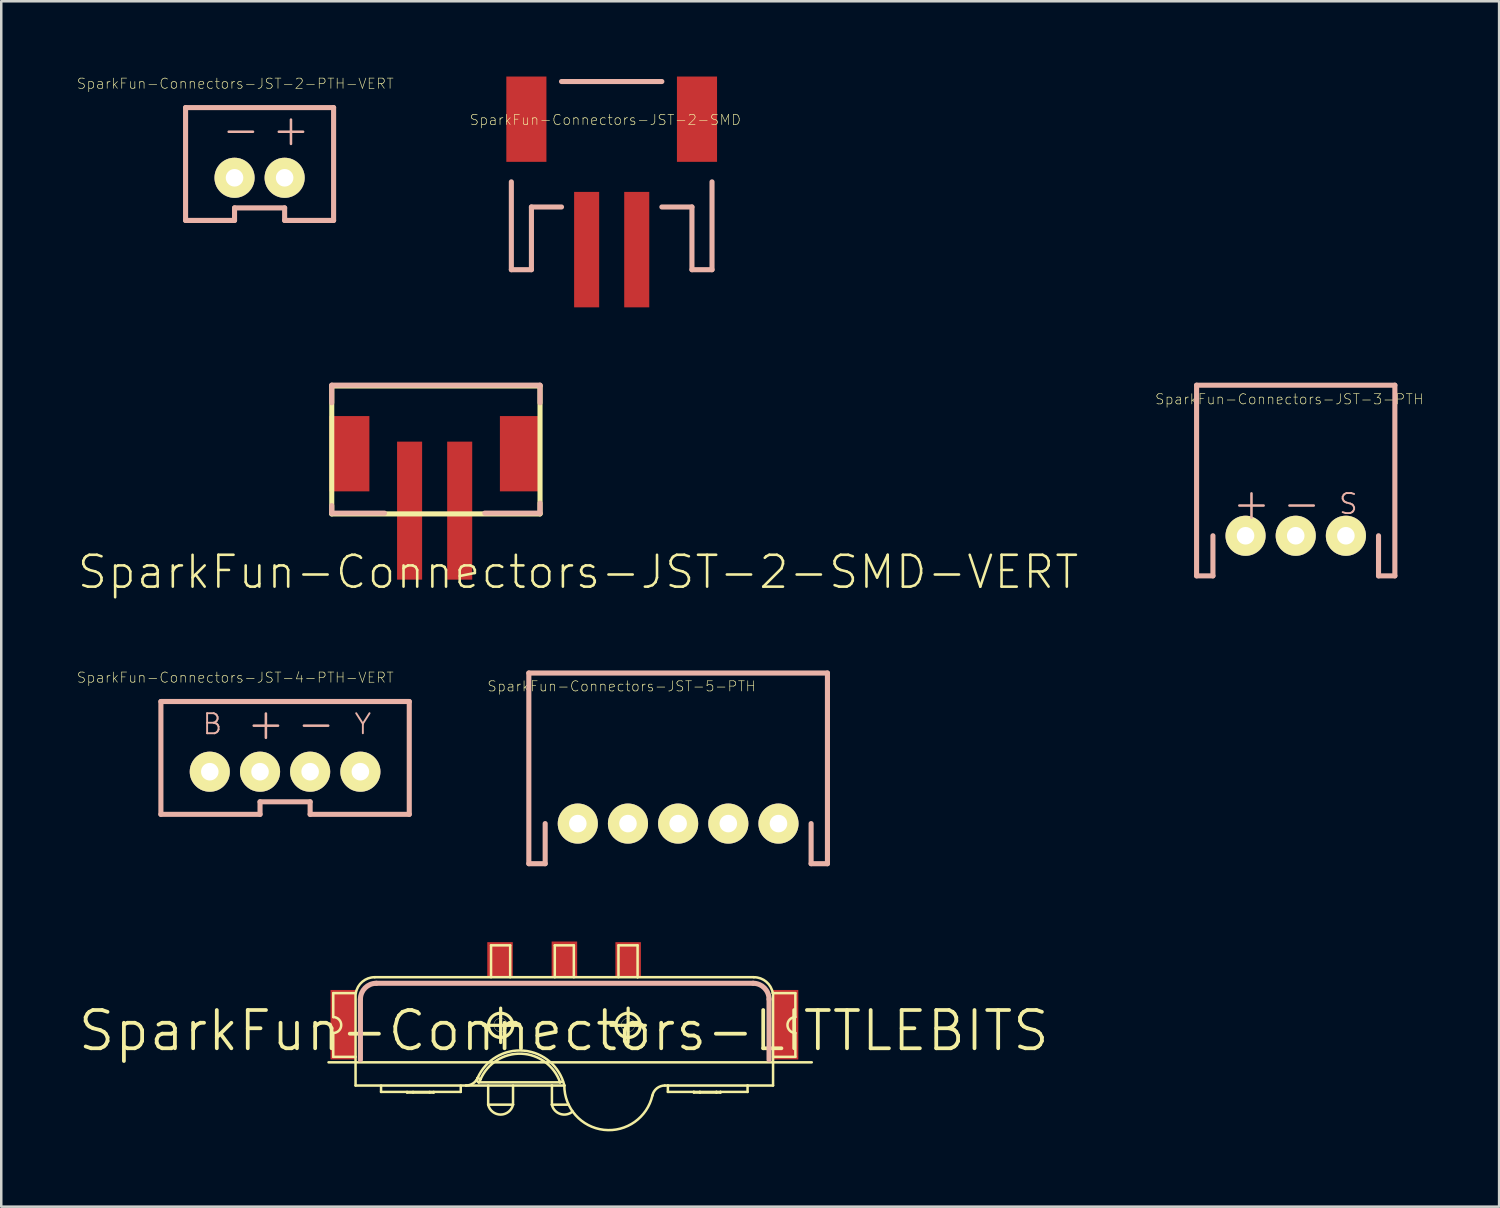
<source format=kicad_pcb>
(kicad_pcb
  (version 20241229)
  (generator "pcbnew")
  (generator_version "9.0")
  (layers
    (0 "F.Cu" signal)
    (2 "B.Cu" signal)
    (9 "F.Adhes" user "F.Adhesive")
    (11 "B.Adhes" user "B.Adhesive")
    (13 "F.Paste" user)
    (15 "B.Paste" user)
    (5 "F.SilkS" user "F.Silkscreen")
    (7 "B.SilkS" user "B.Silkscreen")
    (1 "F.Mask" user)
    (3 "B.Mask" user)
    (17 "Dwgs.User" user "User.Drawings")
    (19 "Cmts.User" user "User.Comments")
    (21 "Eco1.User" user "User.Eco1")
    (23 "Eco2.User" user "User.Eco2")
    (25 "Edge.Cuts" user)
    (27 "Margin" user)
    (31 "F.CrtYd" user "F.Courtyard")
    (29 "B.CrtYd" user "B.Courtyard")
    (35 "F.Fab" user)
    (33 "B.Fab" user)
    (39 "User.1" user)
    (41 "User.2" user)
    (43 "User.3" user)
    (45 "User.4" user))
  (footprint "SparkFun-Connectors-JST-2-SMD-VERT"
    (layer "F.Cu")
    (at 14.268 15.297)
    (property "Reference" "SparkFun-Connectors-JST-2-SMD-VERT" (at 5.715 4.445 0) (layer "F.SilkS") (effects (font (size 1.27 1.27) (thickness 0.102))))
    (attr smd)
    (fp_line (start -4.1 -2.969) (end 4.199 -2.969) (stroke (width 0.203) (type solid)) (layer "F.SilkS"))
    (fp_line (start -4.1 2.129) (end -4.1 -2.969) (stroke (width 0.203) (type solid)) (layer "F.SilkS"))
    (fp_line (start 4.199 -2.969) (end 4.199 2.129) (stroke (width 0.203) (type solid)) (layer "F.SilkS"))
    (fp_line (start 4.199 2.129) (end -4.1 2.129) (stroke (width 0.203) (type solid)) (layer "F.SilkS"))
    (fp_line (start -4.1 -3) (end -4.1 -2.299) (stroke (width 0.203) (type solid)) (layer "B.SilkS"))
    (fp_line (start -4.1 -3) (end 4.199 -3) (stroke (width 0.203) (type solid)) (layer "B.SilkS"))
    (fp_line (start -4.1 2.098) (end -4.1 1.798) (stroke (width 0.203) (type solid)) (layer "B.SilkS"))
    (fp_line (start -1.999 2.098) (end -4.1 2.098) (stroke (width 0.203) (type solid)) (layer "B.SilkS"))
    (fp_line (start 1.999 2.098) (end 4.199 2.098) (stroke (width 0.203) (type solid)) (layer "B.SilkS"))
    (fp_line (start 4.199 -3) (end 4.199 -2.299) (stroke (width 0.203) (type solid)) (layer "B.SilkS"))
    (fp_line (start 4.199 2.098) (end 4.199 1.699) (stroke (width 0.203) (type solid)) (layer "B.SilkS"))
    (pad "GND" smd rect (at 0.998 1.999) (size 0.998 5.499) (layers "F.Cu" "F.Mask" "F.Paste"))
    (pad "P$1" smd rect (at -3.399 -0.269 90) (size 3 1.598) (layers "F.Cu" "F.Mask" "F.Paste"))
    (pad "P$2" smd rect (at 3.399 -0.269 90) (size 3 1.598) (layers "F.Cu" "F.Mask" "F.Paste"))
    (pad "VCC" smd rect (at -0.998 1.999) (size 0.998 5.499) (layers "F.Cu" "F.Mask" "F.Paste")))
  (footprint "SparkFun-Connectors-JST-4-PTH-VERT"
    (layer "F.Cu")
    (at 8.309 27.149)
    (property "Reference" "SparkFun-Connectors-JST-4-PTH-VERT" (at -1.984 -3.203 0) (layer "F.SilkS") (effects (font (size 0.406 0.406) (thickness 0.025))))
    (attr exclude_from_pos_files exclude_from_bom)
    (fp_line (start -4.948 -2.248) (end 4.948 -2.248) (stroke (width 0.203) (type solid)) (layer "B.SilkS"))
    (fp_line (start -4.948 2.248) (end -4.948 -2.248) (stroke (width 0.203) (type solid)) (layer "B.SilkS"))
    (fp_line (start -0.998 1.748) (end -0.998 2.248) (stroke (width 0.203) (type solid)) (layer "B.SilkS"))
    (fp_line (start -0.998 1.748) (end 0.998 1.748) (stroke (width 0.203) (type solid)) (layer "B.SilkS"))
    (fp_line (start -0.998 2.248) (end -4.948 2.248) (stroke (width 0.203) (type solid)) (layer "B.SilkS"))
    (fp_line (start 0.998 1.748) (end 0.998 2.248) (stroke (width 0.203) (type solid)) (layer "B.SilkS"))
    (fp_line (start 4.948 -2.248) (end 4.948 2.248) (stroke (width 0.203) (type solid)) (layer "B.SilkS"))
    (fp_line (start 4.948 2.248) (end 0.998 2.248) (stroke (width 0.203) (type solid)) (layer "B.SilkS"))
    (fp_text user "-" (at 1.234 -1.384 0) (layer "B.SilkS") (effects (font (size 1.27 1.27) (thickness 0.102))))
    (fp_text user "Y" (at 3.099 -1.349 0) (layer "B.SilkS") (effects (font (size 0.798 0.798) (thickness 0.076))))
    (fp_text user "B" (at -2.898 -1.349 0) (layer "B.SilkS") (effects (font (size 0.798 0.798) (thickness 0.076))))
    (fp_text user "+" (at -0.765 -1.384 0) (layer "B.SilkS") (effects (font (size 1.27 1.27) (thickness 0.102))))
    (pad "1" thru_hole circle (at -3 0.549) (size 1.598 1.598) (drill 0.699) (layers "*.Cu" "F.Mask" "F.SilkS" "F.Paste"))
    (pad "2" thru_hole circle (at -0.998 0.549) (size 1.598 1.598) (drill 0.699) (layers "*.Cu" "F.Mask" "F.SilkS" "F.Paste"))
    (pad "3" thru_hole circle (at 0.998 0.549) (size 1.598 1.598) (drill 0.699) (layers "*.Cu" "F.Mask" "F.SilkS" "F.Paste"))
    (pad "4" thru_hole circle (at 3 0.549) (size 1.598 1.598) (drill 0.699) (layers "*.Cu" "F.Mask" "F.SilkS" "F.Paste")))
  (footprint "SparkFun-Connectors-JST-2-PTH-VERT"
    (layer "F.Cu")
    (at 7.293 3.485)
    (property "Reference" "SparkFun-Connectors-JST-2-PTH-VERT" (at -0.968 -3.203 0) (layer "F.SilkS") (effects (font (size 0.406 0.406) (thickness 0.025))))
    (attr exclude_from_pos_files exclude_from_bom)
    (fp_line (start -2.949 -2.248) (end 2.949 -2.248) (stroke (width 0.203) (type solid)) (layer "B.SilkS"))
    (fp_line (start -2.949 2.248) (end -2.949 -2.248) (stroke (width 0.203) (type solid)) (layer "B.SilkS"))
    (fp_line (start -0.998 1.748) (end -0.998 2.248) (stroke (width 0.203) (type solid)) (layer "B.SilkS"))
    (fp_line (start -0.998 1.748) (end 0.998 1.748) (stroke (width 0.203) (type solid)) (layer "B.SilkS"))
    (fp_line (start -0.998 2.248) (end -2.949 2.248) (stroke (width 0.203) (type solid)) (layer "B.SilkS"))
    (fp_line (start 0.998 1.748) (end 0.998 2.248) (stroke (width 0.203) (type solid)) (layer "B.SilkS"))
    (fp_line (start 2.949 -2.248) (end 2.949 2.248) (stroke (width 0.203) (type solid)) (layer "B.SilkS"))
    (fp_line (start 2.949 2.248) (end 0.998 2.248) (stroke (width 0.203) (type solid)) (layer "B.SilkS"))
    (fp_text user "+" (at 1.25 -1.384 0) (layer "B.SilkS") (effects (font (size 1.27 1.27) (thickness 0.102))))
    (fp_text user "-" (at -0.747 -1.384 0) (layer "B.SilkS") (effects (font (size 1.27 1.27) (thickness 0.102))))
    (pad "1" thru_hole circle (at -0.998 0.549) (size 1.598 1.598) (drill 0.699) (layers "*.Cu" "F.Mask" "F.SilkS" "F.Paste"))
    (pad "2" thru_hole circle (at 0.998 0.549) (size 1.598 1.598) (drill 0.699) (layers "*.Cu" "F.Mask" "F.SilkS" "F.Paste")))
  (footprint "SparkFun-Connectors-JST-3-PTH"
    (layer "F.Cu")
    (at 48.577 18.297)
    (property "Reference" "SparkFun-Connectors-JST-3-PTH" (at -0.254 -5.441 0) (layer "F.SilkS") (effects (font (size 0.406 0.406) (thickness 0.025))))
    (attr exclude_from_pos_files exclude_from_bom)
    (fp_line (start -3.95 -5.999) (end 3.95 -5.999) (stroke (width 0.203) (type solid)) (layer "B.SilkS"))
    (fp_line (start -3.95 1.598) (end -3.95 -5.999) (stroke (width 0.203) (type solid)) (layer "B.SilkS"))
    (fp_line (start -3.95 1.598) (end -3.299 1.598) (stroke (width 0.203) (type solid)) (layer "B.SilkS"))
    (fp_line (start -3.299 1.598) (end -3.299 0) (stroke (width 0.203) (type solid)) (layer "B.SilkS"))
    (fp_line (start 3.299 1.598) (end 3.299 0) (stroke (width 0.203) (type solid)) (layer "B.SilkS"))
    (fp_line (start 3.95 -5.999) (end 3.95 1.598) (stroke (width 0.203) (type solid)) (layer "B.SilkS"))
    (fp_line (start 3.95 1.598) (end 3.299 1.598) (stroke (width 0.203) (type solid)) (layer "B.SilkS"))
    (fp_text user "-" (at 0.234 -1.303 0) (layer "B.SilkS") (effects (font (size 1.27 1.27) (thickness 0.102))))
    (fp_text user "S" (at 2.098 -1.27 0) (layer "B.SilkS") (effects (font (size 0.798 0.798) (thickness 0.076))))
    (fp_text user "+" (at -1.763 -1.303 0) (layer "B.SilkS") (effects (font (size 1.27 1.27) (thickness 0.102))))
    (pad "1" thru_hole circle (at -1.999 0) (size 1.598 1.598) (drill 0.699) (layers "*.Cu" "F.Mask" "F.SilkS" "F.Paste"))
    (pad "2" thru_hole circle (at 0 0) (size 1.598 1.598) (drill 0.699) (layers "*.Cu" "F.Mask" "F.SilkS" "F.Paste"))
    (pad "3" thru_hole circle (at 1.999 0) (size 1.598 1.598) (drill 0.699) (layers "*.Cu" "F.Mask" "F.SilkS" "F.Paste")))
  (footprint "SparkFun-Connectors-JST-2-SMD"
    (layer "F.Cu")
    (at 21.322 3.198)
    (property "Reference" "SparkFun-Connectors-JST-2-SMD" (at -0.254 -1.473 0) (layer "F.SilkS") (effects (font (size 0.406 0.406) (thickness 0.025))))
    (attr smd)
    (fp_line (start -3.998 0.998) (end -3.998 4.498) (stroke (width 0.203) (type solid)) (layer "B.SilkS"))
    (fp_line (start -3.998 4.498) (end -3.198 4.498) (stroke (width 0.203) (type solid)) (layer "B.SilkS"))
    (fp_line (start -3.198 1.999) (end -1.999 1.999) (stroke (width 0.203) (type solid)) (layer "B.SilkS"))
    (fp_line (start -3.198 4.498) (end -3.198 1.999) (stroke (width 0.203) (type solid)) (layer "B.SilkS"))
    (fp_line (start 1.999 -3) (end -1.999 -3) (stroke (width 0.203) (type solid)) (layer "B.SilkS"))
    (fp_line (start 1.999 1.999) (end 3.198 1.999) (stroke (width 0.203) (type solid)) (layer "B.SilkS"))
    (fp_line (start 3.198 1.999) (end 3.198 4.498) (stroke (width 0.203) (type solid)) (layer "B.SilkS"))
    (fp_line (start 3.198 4.498) (end 3.998 4.498) (stroke (width 0.203) (type solid)) (layer "B.SilkS"))
    (fp_line (start 3.998 4.498) (end 3.998 0.998) (stroke (width 0.203) (type solid)) (layer "B.SilkS"))
    (pad "1" smd rect (at -0.998 3.698) (size 0.998 4.6) (layers "F.Cu" "F.Mask" "F.Paste"))
    (pad "2" smd rect (at 0.998 3.698) (size 0.998 4.6) (layers "F.Cu" "F.Mask" "F.Paste"))
    (pad "NC1" smd rect (at -3.399 -1.499 90) (size 3.399 1.598) (layers "F.Cu" "F.Mask" "F.Paste"))
    (pad "NC2" smd rect (at 3.399 -1.499 90) (size 3.399 1.598) (layers "F.Cu" "F.Mask" "F.Paste")))
  (footprint "SparkFun-Connectors-JST-5-PTH"
    (layer "F.Cu")
    (at 23.97 29.765)
    (property "Reference" "SparkFun-Connectors-JST-5-PTH" (at -2.253 -5.471 0) (layer "F.SilkS") (effects (font (size 0.406 0.406) (thickness 0.025))))
    (attr exclude_from_pos_files exclude_from_bom)
    (fp_line (start -5.949 -5.999) (end 5.949 -5.999) (stroke (width 0.203) (type solid)) (layer "B.SilkS"))
    (fp_line (start -5.949 1.598) (end -5.949 -5.999) (stroke (width 0.203) (type solid)) (layer "B.SilkS"))
    (fp_line (start -5.949 1.598) (end -5.298 1.598) (stroke (width 0.203) (type solid)) (layer "B.SilkS"))
    (fp_line (start -5.298 1.598) (end -5.298 0) (stroke (width 0.203) (type solid)) (layer "B.SilkS"))
    (fp_line (start 5.298 1.598) (end 5.298 0) (stroke (width 0.203) (type solid)) (layer "B.SilkS"))
    (fp_line (start 5.949 -5.999) (end 5.949 1.598) (stroke (width 0.203) (type solid)) (layer "B.SilkS"))
    (fp_line (start 5.949 1.598) (end 5.298 1.598) (stroke (width 0.203) (type solid)) (layer "B.SilkS"))
    (pad "1" thru_hole circle (at -3.998 0) (size 1.598 1.598) (drill 0.699) (layers "*.Cu" "F.Mask" "F.SilkS" "F.Paste"))
    (pad "2" thru_hole circle (at -1.999 0) (size 1.598 1.598) (drill 0.699) (layers "*.Cu" "F.Mask" "F.SilkS" "F.Paste"))
    (pad "3" thru_hole circle (at 0 0) (size 1.598 1.598) (drill 0.699) (layers "*.Cu" "F.Mask" "F.SilkS" "F.Paste"))
    (pad "4" thru_hole circle (at 1.999 0) (size 1.598 1.598) (drill 0.699) (layers "*.Cu" "F.Mask" "F.SilkS" "F.Paste"))
    (pad "5" thru_hole circle (at 3.998 0) (size 1.598 1.598) (drill 0.699) (layers "*.Cu" "F.Mask" "F.SilkS" "F.Paste")))
  (footprint "SparkFun-Connectors-LITTLEBITS"
    (layer "F.Cu")
    (at 19.413 38.02)
    (property "Reference" "SparkFun-Connectors-LITTLEBITS" (at 0 0 0) (layer "F.SilkS") (effects (font (size 1.524 1.524) (thickness 0.15))))
    (attr smd)
    (fp_line (start -9.373 1.257) (end 9.881 1.257) (stroke (width 0.1) (type solid)) (layer "F.SilkS"))
    (fp_line (start -9.185 -1.499) (end -9.185 -0.546) (stroke (width 0.1) (type solid)) (layer "F.SilkS"))
    (fp_line (start -9.185 -1.499) (end -8.285 -1.499) (stroke (width 0.1) (type solid)) (layer "F.SilkS"))
    (fp_line (start -9.185 0.086) (end -9.185 1.039) (stroke (width 0.1) (type solid)) (layer "F.SilkS"))
    (fp_line (start -8.296 -1.499) (end -8.296 1.039) (stroke (width 0.1) (type solid)) (layer "F.SilkS"))
    (fp_line (start -8.296 1.039) (end -9.185 1.039) (stroke (width 0.1) (type solid)) (layer "F.SilkS"))
    (fp_line (start -8.296 1.039) (end -8.296 2.182) (stroke (width 0.1) (type solid)) (layer "F.SilkS"))
    (fp_line (start -8.296 2.182) (end -3.896 2.182) (stroke (width 0.1) (type solid)) (layer "F.SilkS"))
    (fp_line (start -7.534 -2.134) (end 2.941 -2.134) (stroke (width 0.1) (type solid)) (layer "F.SilkS"))
    (fp_line (start -7.28 2.182) (end -7.28 2.436) (stroke (width 0.1) (type solid)) (layer "F.SilkS"))
    (fp_line (start -6.243 2.436) (end -6.243 2.461) (stroke (width 0.1) (type solid)) (layer "F.SilkS"))
    (fp_line (start -6.005 2.436) (end -6.005 2.461) (stroke (width 0.1) (type solid)) (layer "F.SilkS"))
    (fp_line (start -5.344 2.436) (end -5.344 2.461) (stroke (width 0.1) (type solid)) (layer "F.SilkS"))
    (fp_line (start -5.184 2.436) (end -5.184 2.461) (stroke (width 0.1) (type solid)) (layer "F.SilkS"))
    (fp_line (start -5.184 2.461) (end -6.243 2.461) (stroke (width 0.1) (type solid)) (layer "F.SilkS"))
    (fp_line (start -4.105 2.182) (end -4.105 2.436) (stroke (width 0.1) (type solid)) (layer "F.SilkS"))
    (fp_line (start -4.105 2.436) (end -7.28 2.436) (stroke (width 0.1) (type solid)) (layer "F.SilkS"))
    (fp_line (start -3.896 2.182) (end -0.472 2.182) (stroke (width 0.1) (type solid)) (layer "F.SilkS"))
    (fp_line (start -3.432 1.88) (end -3.432 1.88) (stroke (width 0.1) (type solid)) (layer "F.SilkS"))
    (fp_line (start -3.388 2.055) (end -3.49 1.979) (stroke (width 0.1) (type solid)) (layer "F.SilkS"))
    (fp_line (start -3.388 2.055) (end -0.147 2.055) (stroke (width 0.1) (type solid)) (layer "F.SilkS"))
    (fp_line (start -3.315 1.93) (end -3.432 1.88) (stroke (width 0.1) (type solid)) (layer "F.SilkS"))
    (fp_line (start -3.2 -0.216) (end -1.826 -0.216) (stroke (width 0.127) (type solid)) (layer "F.SilkS"))
    (fp_line (start -3.012 2.182) (end -3.012 2.944) (stroke (width 0.1) (type solid)) (layer "F.SilkS"))
    (fp_line (start -3.012 2.944) (end -2.022 2.944) (stroke (width 0.1) (type solid)) (layer "F.SilkS"))
    (fp_line (start -2.898 -3.404) (end -2.136 -3.404) (stroke (width 0.1) (type solid)) (layer "F.SilkS"))
    (fp_line (start -2.898 -2.134) (end -2.898 -3.404) (stroke (width 0.1) (type solid)) (layer "F.SilkS"))
    (fp_line (start -2.515 0.47) (end -2.515 -0.902) (stroke (width 0.127) (type solid)) (layer "F.SilkS"))
    (fp_line (start -2.136 -2.134) (end -2.136 -3.404) (stroke (width 0.1) (type solid)) (layer "F.SilkS"))
    (fp_line (start -2.022 2.182) (end -2.022 2.944) (stroke (width 0.1) (type solid)) (layer "F.SilkS"))
    (fp_line (start -0.472 2.182) (end -0.472 2.944) (stroke (width 0.1) (type solid)) (layer "F.SilkS"))
    (fp_line (start -0.472 2.182) (end 0.02 2.182) (stroke (width 0.1) (type solid)) (layer "F.SilkS"))
    (fp_line (start -0.472 2.944) (end 0.193 2.944) (stroke (width 0.1) (type solid)) (layer "F.SilkS"))
    (fp_line (start -0.358 -3.404) (end 0.401 -3.404) (stroke (width 0.1) (type solid)) (layer "F.SilkS"))
    (fp_line (start -0.358 -2.134) (end -0.358 -3.404) (stroke (width 0.1) (type solid)) (layer "F.SilkS"))
    (fp_line (start -0.147 2.055) (end -0.036 2.017) (stroke (width 0.1) (type solid)) (layer "F.SilkS"))
    (fp_line (start 0.02 2.182) (end 0.02 2.182) (stroke (width 0.1) (type solid)) (layer "F.SilkS"))
    (fp_line (start 0.401 -2.134) (end 0.401 -3.404) (stroke (width 0.1) (type solid)) (layer "F.SilkS"))
    (fp_line (start 1.877 -0.216) (end 3.251 -0.216) (stroke (width 0.127) (type solid)) (layer "F.SilkS"))
    (fp_line (start 2.179 -3.404) (end 2.941 -3.404) (stroke (width 0.1) (type solid)) (layer "F.SilkS"))
    (fp_line (start 2.179 -2.134) (end 2.179 -3.404) (stroke (width 0.1) (type solid)) (layer "F.SilkS"))
    (fp_line (start 2.565 0.47) (end 2.565 -0.902) (stroke (width 0.127) (type solid)) (layer "F.SilkS"))
    (fp_line (start 2.941 -2.134) (end 2.941 -3.404) (stroke (width 0.1) (type solid)) (layer "F.SilkS"))
    (fp_line (start 2.941 -2.134) (end 7.577 -2.134) (stroke (width 0.1) (type solid)) (layer "F.SilkS"))
    (fp_line (start 4.026 2.182) (end 4.148 2.182) (stroke (width 0.1) (type solid)) (layer "F.SilkS"))
    (fp_line (start 4.148 2.182) (end 4.148 2.436) (stroke (width 0.1) (type solid)) (layer "F.SilkS"))
    (fp_line (start 4.148 2.182) (end 7.323 2.182) (stroke (width 0.1) (type solid)) (layer "F.SilkS"))
    (fp_line (start 5.184 2.436) (end 4.148 2.436) (stroke (width 0.1) (type solid)) (layer "F.SilkS"))
    (fp_line (start 5.184 2.436) (end 5.184 2.461) (stroke (width 0.1) (type solid)) (layer "F.SilkS"))
    (fp_line (start 5.423 2.436) (end 5.184 2.436) (stroke (width 0.1) (type solid)) (layer "F.SilkS"))
    (fp_line (start 5.423 2.436) (end 5.423 2.461) (stroke (width 0.1) (type solid)) (layer "F.SilkS"))
    (fp_line (start 5.423 2.461) (end 5.184 2.461) (stroke (width 0.1) (type solid)) (layer "F.SilkS"))
    (fp_line (start 6.083 2.436) (end 5.423 2.436) (stroke (width 0.1) (type solid)) (layer "F.SilkS"))
    (fp_line (start 6.083 2.436) (end 6.083 2.461) (stroke (width 0.1) (type solid)) (layer "F.SilkS"))
    (fp_line (start 6.083 2.461) (end 5.423 2.461) (stroke (width 0.1) (type solid)) (layer "F.SilkS"))
    (fp_line (start 6.243 2.436) (end 6.083 2.436) (stroke (width 0.1) (type solid)) (layer "F.SilkS"))
    (fp_line (start 6.243 2.436) (end 6.243 2.461) (stroke (width 0.1) (type solid)) (layer "F.SilkS"))
    (fp_line (start 6.243 2.461) (end 6.083 2.461) (stroke (width 0.1) (type solid)) (layer "F.SilkS"))
    (fp_line (start 7.323 2.182) (end 7.323 2.436) (stroke (width 0.1) (type solid)) (layer "F.SilkS"))
    (fp_line (start 7.323 2.182) (end 8.339 2.182) (stroke (width 0.1) (type solid)) (layer "F.SilkS"))
    (fp_line (start 7.323 2.436) (end 6.243 2.436) (stroke (width 0.1) (type solid)) (layer "F.SilkS"))
    (fp_line (start 8.326 -1.499) (end 8.339 -1.499) (stroke (width 0.1) (type solid)) (layer "F.SilkS"))
    (fp_line (start 8.339 -1.499) (end 8.339 2.182) (stroke (width 0.1) (type solid)) (layer "F.SilkS"))
    (fp_line (start 8.339 -1.499) (end 9.228 -1.499) (stroke (width 0.1) (type solid)) (layer "F.SilkS"))
    (fp_line (start 8.339 1.039) (end 9.228 1.039) (stroke (width 0.1) (type solid)) (layer "F.SilkS"))
    (fp_line (start 9.228 -1.499) (end 9.228 -0.546) (stroke (width 0.1) (type solid)) (layer "F.SilkS"))
    (fp_line (start 9.228 0.086) (end 9.228 1.039) (stroke (width 0.1) (type solid)) (layer "F.SilkS"))
    (fp_arc (start -9.18464 -0.5461) (mid -8.86714 -0.2286) (end -9.18464 0.0889) (stroke (width 0.1) (type solid)) (layer "F.SilkS"))
    (fp_arc (start -8.28548 -1.4986) (mid -8.025919 -1.953883) (end -7.533802 -2.134091) (stroke (width 0.1) (type solid)) (layer "F.SilkS"))
    (fp_arc (start -3.43154 1.8796) (mid -3.619327 2.100051) (end -3.897028 2.182177) (stroke (width 0.1) (type solid)) (layer "F.SilkS"))
    (fp_arc (start -3.43154 1.8796) (mid -1.596493 0.791994) (end 0.023251 2.180056) (stroke (width 0.1) (type solid)) (layer "F.SilkS"))
    (fp_arc (start -3.3147 1.9304) (mid -3.34776 1.995076) (end -3.387982 2.055558) (stroke (width 0.1) (type solid)) (layer "F.SilkS"))
    (fp_arc (start -3.3147 1.9304) (mid -1.68864 0.913811) (end -0.146836 2.054145) (stroke (width 0.1) (type solid)) (layer "F.SilkS"))
    (fp_arc (start -2.02184 2.94386) (mid -2.515947 3.339851) (end -3.011909 2.946187) (stroke (width 0.1) (type solid)) (layer "F.SilkS"))
    (fp_arc (start 0.35306 3.21564) (mid -0.137485 3.314714) (end -0.474735 2.944967) (stroke (width 0.1) (type solid)) (layer "F.SilkS"))
    (fp_arc (start 3.5306 2.5781) (mid 1.599186 3.947687) (end 0.0213 2.182352) (stroke (width 0.1) (type solid)) (layer "F.SilkS"))
    (fp_arc (start 3.5306 2.5781) (mid 3.708192 2.293787) (end 4.024264 2.18211) (stroke (width 0.1) (type solid)) (layer "F.SilkS"))
    (fp_arc (start 7.57682 -2.1336) (mid 8.068659 -1.953613) (end 8.328149 -1.498678) (stroke (width 0.1) (type solid)) (layer "F.SilkS"))
    (fp_arc (start 9.22782 0.08636) (mid 8.91286 -0.2286) (end 9.22782 -0.54356) (stroke (width 0.1) (type solid)) (layer "F.SilkS"))
    (fp_circle (center -2.517 -0.229) (end -2.835 -0.546) (stroke (width 0.013) (type solid)) (fill no) (layer "F.SilkS"))
    (fp_circle (center -2.517 -0.229) (end -2.708 -0.419) (stroke (width 0.013) (type solid)) (fill no) (layer "F.SilkS"))
    (fp_circle (center -2.515 -0.216) (end -2.857 -0.559) (stroke (width 0.127) (type solid)) (fill no) (layer "F.SilkS"))
    (fp_circle (center 2.56 -0.229) (end 2.751 -0.419) (stroke (width 0.013) (type solid)) (fill no) (layer "F.SilkS"))
    (fp_circle (center 2.56 -0.229) (end 2.878 -0.546) (stroke (width 0.013) (type solid)) (fill no) (layer "F.SilkS"))
    (fp_circle (center 2.565 -0.216) (end 2.908 -0.559) (stroke (width 0.127) (type solid)) (fill no) (layer "F.SilkS"))
    (fp_line (start -8.103 1.156) (end -8.103 -1.257) (stroke (width 0.203) (type solid)) (layer "B.SilkS"))
    (fp_line (start -7.468 -1.892) (end 7.544 -1.892) (stroke (width 0.203) (type solid)) (layer "B.SilkS"))
    (fp_line (start 8.179 -1.257) (end 8.179 1.156) (stroke (width 0.203) (type solid)) (layer "B.SilkS"))
    (fp_arc (start -8.1026 -1.2573) (mid -7.916613 -1.706313) (end -7.4676 -1.8923) (stroke (width 0.2032) (type solid)) (layer "B.SilkS"))
    (fp_arc (start 7.5438 -1.8923) (mid 7.992813 -1.706313) (end 8.1788 -1.2573) (stroke (width 0.2032) (type solid)) (layer "B.SilkS"))
    (pad "P$1" smd rect (at -8.786 -0.241 90) (size 2.769 1.016) (layers "F.Cu" "F.Mask" "F.Paste"))
    (pad "P$2" smd rect (at 8.837 -0.241 90) (size 2.769 1.016) (layers "F.Cu" "F.Mask" "F.Paste"))
    (pad "P$3" smd rect (at -2.54 -2.832 90) (size 1.397 1.016) (layers "F.Cu" "F.Mask" "F.Paste"))
    (pad "P$4" smd rect (at 0.025 -2.857 90) (size 1.397 1.016) (layers "F.Cu" "F.Mask" "F.Paste"))
    (pad "P$5" smd rect (at 2.565 -2.832 90) (size 1.397 1.016) (layers "F.Cu" "F.Mask" "F.Paste")))
  (gr_rect
    (start -3 -3)
    (end 56.681 45.029)
    (stroke (width 0.1) (type default))
    (fill no)
    (layer "Edge.Cuts")))
</source>
